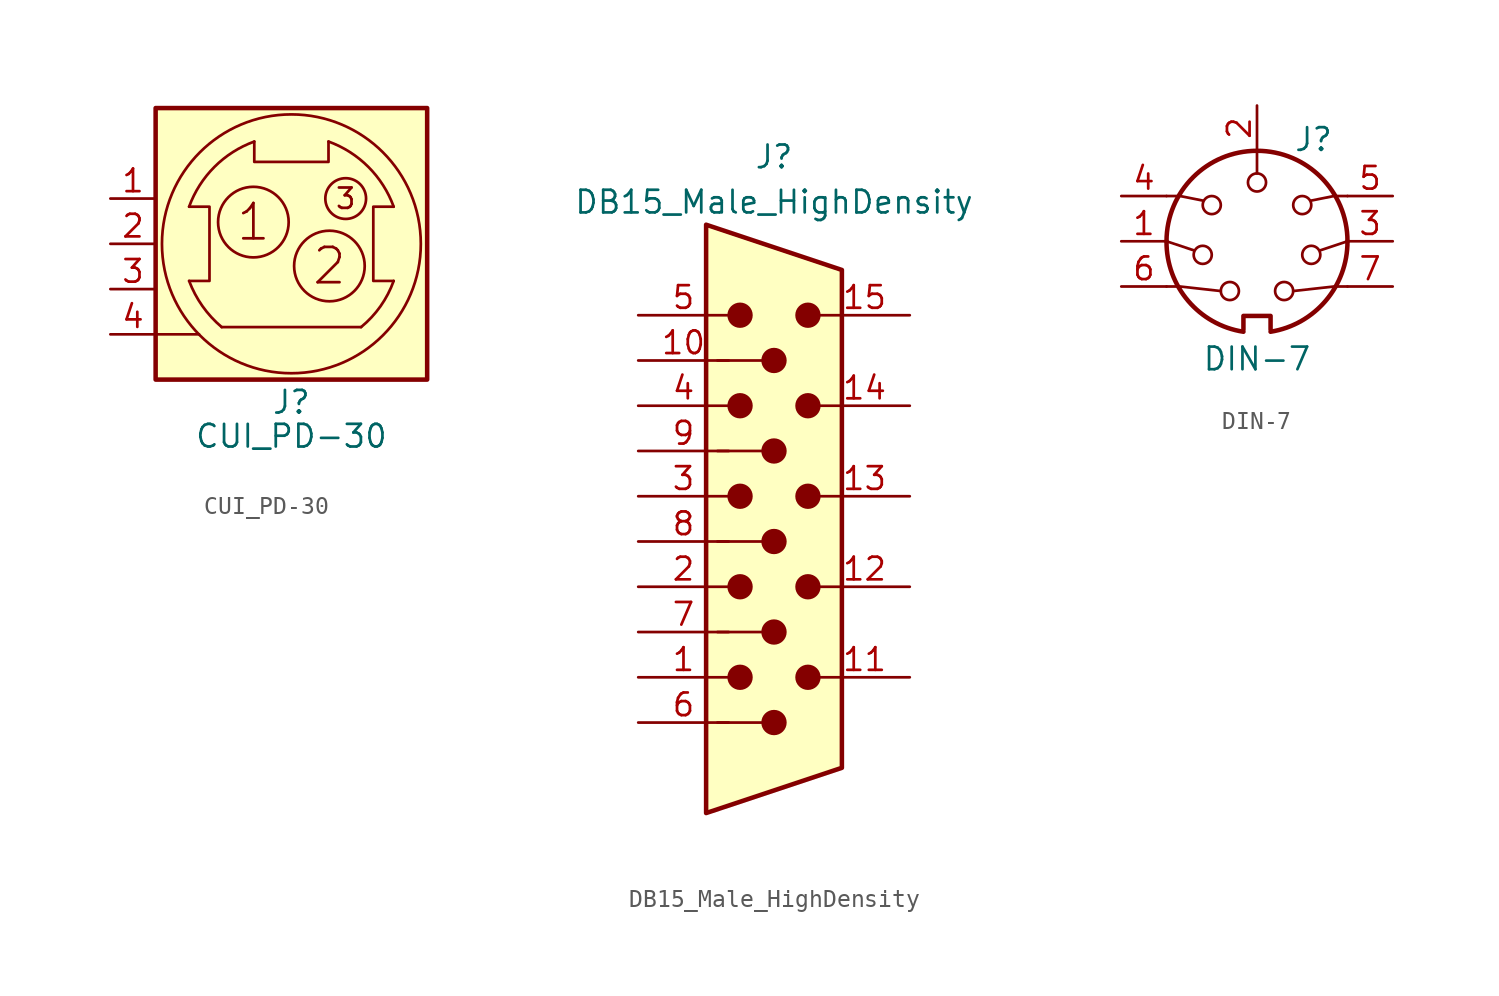
<source format=kicad_sym>
(kicad_symbol_lib
  (version 20201005)
  (generator kicad_symbol_editor)
  (symbol "CUI_PD-30"
    (pin_names
      (offset 1.016) hide)
    (property "Reference" "J"
      (at 0 -8.89 0)
      (effects (font (size 1.27 1.27))))
    (property "Value" "CUI_PD-30"
      (at 0 -10.795 0)
      (effects (font (size 1.27 1.27))))
    (symbol "CUI_PD-30_0_1"
      (arc (start 5.7404 2.0828) (end 2.0828 5.7404) (radius (at 0 0) (length 6.096) (angles 20 70)) (stroke (width 0)) (fill (type none)))
      (arc (start -2.0828 5.7404) (end -5.7404 2.0828) (radius (at 0 0) (length 6.096) (angles 110 160)) (stroke (width 0)) (fill (type none)))
      (arc (start -5.7404 -2.0828) (end -3.9116 -4.6736) (radius (at 0 0) (length 6.096) (angles -160 -130)) (stroke (width 0)) (fill (type none)))
      (arc (start 3.9116 -4.6736) (end 5.7404 -2.0828) (radius (at 0 0) (length 6.096) (angles -50 -20)) (stroke (width 0)) (fill (type none)))
      (circle (center -2.134 1.219) (radius 1.981) (stroke (width 0)) (fill (type none)))
      (circle (center 0 0) (radius 7.264) (stroke (width 0)) (fill (type none)))
      (circle (center 2.134 -1.245) (radius 1.981) (stroke (width 0)) (fill (type none)))
      (circle (center 3.048 2.54) (radius 1.143) (stroke (width 0)) (fill (type none)))
      (text "1" (at -2.134 1.219 0) (effects (font (size 1.981 1.981))))
      (text "2" (at 2.134 -1.245 0) (effects (font (size 1.981 1.981))))
      (text "3" (at 3.048 2.54 0) (effects (font (size 1.143 1.143))))
      (rectangle (start -7.62 -7.62) (end 7.62 7.62) (stroke (width 0.254)) (fill (type background)))
      (polyline (pts (xy -7.62 -5.08) (xy -5.182 -5.08)) (stroke (width 0)) (fill (type none)))
      (polyline (pts (xy -3.912 -4.674) (xy 3.912 -4.674)) (stroke (width 0)) (fill (type none)))
      (polyline (pts (xy -5.74 2.083) (xy -4.597 2.083) (xy -4.597 -2.083) (xy -5.74 -2.083)) (stroke (width 0)) (fill (type none)))
      (polyline (pts (xy 2.083 5.74) (xy 2.083 4.597) (xy -2.083 4.597) (xy -2.083 5.74)) (stroke (width 0)) (fill (type none)))
      (polyline (pts (xy 5.74 -2.083) (xy 4.597 -2.083) (xy 4.597 2.083) (xy 5.74 2.083)) (stroke (width 0)) (fill (type none))))
    (symbol "CUI_PD-30_1_1"
      (pin passive line (at -10.16 2.54 0) (length 2.54) (name "1" (effects (font (size 1.27 1.27)))) (number "1" (effects (font (size 1.27 1.27)))))
      (pin passive line (at -10.16 0 0) (length 2.54) (name "2" (effects (font (size 1.27 1.27)))) (number "2" (effects (font (size 1.27 1.27)))))
      (pin passive line (at -10.16 -2.54 0) (length 2.54) (name "3" (effects (font (size 1.27 1.27)))) (number "3" (effects (font (size 1.27 1.27)))))
      (pin passive line (at -10.16 -5.08 0) (length 2.54) (name "Shield" (effects (font (size 1.27 1.27)))) (number "4" (effects (font (size 1.27 1.27)))))))
  (symbol "DB15_Male_HighDensity"
    (pin_names
      (offset 1.016) hide)
    (property "Reference" "J"
      (at 0 21.59 0)
      (effects (font (size 1.27 1.27))))
    (property "Value" "DB15_Male_HighDensity"
      (at 0 19.05 0)
      (effects (font (size 1.27 1.27))))
    (symbol "DB15_Male_HighDensity_0_1"
      (circle (center -1.905 -7.62) (radius 0.635) (stroke (width 0)) (fill (type outline)))
      (circle (center -1.905 -2.54) (radius 0.635) (stroke (width 0)) (fill (type outline)))
      (circle (center -1.905 2.54) (radius 0.635) (stroke (width 0)) (fill (type outline)))
      (circle (center -1.905 7.62) (radius 0.635) (stroke (width 0)) (fill (type outline)))
      (circle (center -1.905 12.7) (radius 0.635) (stroke (width 0)) (fill (type outline)))
      (circle (center 0 -10.16) (radius 0.635) (stroke (width 0)) (fill (type outline)))
      (circle (center 0 -5.08) (radius 0.635) (stroke (width 0)) (fill (type outline)))
      (circle (center 0 0) (radius 0.635) (stroke (width 0)) (fill (type outline)))
      (circle (center 0 5.08) (radius 0.635) (stroke (width 0)) (fill (type outline)))
      (circle (center 0 10.16) (radius 0.635) (stroke (width 0)) (fill (type outline)))
      (circle (center 1.905 -7.62) (radius 0.635) (stroke (width 0)) (fill (type outline)))
      (circle (center 1.905 -2.54) (radius 0.635) (stroke (width 0)) (fill (type outline)))
      (circle (center 1.905 2.54) (radius 0.635) (stroke (width 0)) (fill (type outline)))
      (circle (center 1.905 7.62) (radius 0.635) (stroke (width 0)) (fill (type outline)))
      (circle (center 1.905 12.7) (radius 0.635) (stroke (width 0)) (fill (type outline)))
      (polyline (pts (xy -3.175 -5.08) (xy -0.635 -5.08)) (stroke (width 0)) (fill (type none)))
      (polyline (pts (xy -0.635 -10.16) (xy -3.175 -10.16)) (stroke (width 0)) (fill (type none)))
      (polyline (pts (xy -0.635 0) (xy -3.175 0)) (stroke (width 0)) (fill (type none)))
      (polyline (pts (xy -0.635 5.08) (xy -3.175 5.08)) (stroke (width 0)) (fill (type none)))
      (polyline (pts (xy -0.635 10.16) (xy -3.175 10.16)) (stroke (width 0)) (fill (type none)))
      (polyline (pts (xy -3.81 17.78) (xy -3.81 -15.24) (xy 3.81 -12.7) (xy 3.81 15.24) (xy -3.81 17.78)) (stroke (width 0.254)) (fill (type background))))
    (symbol "DB15_Male_HighDensity_1_1"
      (pin passive line (at -7.62 -7.62 0) (length 5.08) (name "~" (effects (font (size 1.27 1.27)))) (number "1" (effects (font (size 1.27 1.27)))))
      (pin passive line (at -7.62 10.16 0) (length 5.08) (name "~" (effects (font (size 1.27 1.27)))) (number "10" (effects (font (size 1.27 1.27)))))
      (pin passive line (at 7.62 -7.62 180) (length 5.08) (name "~" (effects (font (size 1.27 1.27)))) (number "11" (effects (font (size 1.27 1.27)))))
      (pin passive line (at 7.62 -2.54 180) (length 5.08) (name "~" (effects (font (size 1.27 1.27)))) (number "12" (effects (font (size 1.27 1.27)))))
      (pin passive line (at 7.62 2.54 180) (length 5.08) (name "~" (effects (font (size 1.27 1.27)))) (number "13" (effects (font (size 1.27 1.27)))))
      (pin passive line (at 7.62 7.62 180) (length 5.08) (name "~" (effects (font (size 1.27 1.27)))) (number "14" (effects (font (size 1.27 1.27)))))
      (pin passive line (at 7.62 12.7 180) (length 5.08) (name "~" (effects (font (size 1.27 1.27)))) (number "15" (effects (font (size 1.27 1.27)))))
      (pin passive line (at -7.62 -2.54 0) (length 5.08) (name "~" (effects (font (size 1.27 1.27)))) (number "2" (effects (font (size 1.27 1.27)))))
      (pin passive line (at -7.62 2.54 0) (length 5.08) (name "~" (effects (font (size 1.27 1.27)))) (number "3" (effects (font (size 1.27 1.27)))))
      (pin passive line (at -7.62 7.62 0) (length 5.08) (name "~" (effects (font (size 1.27 1.27)))) (number "4" (effects (font (size 1.27 1.27)))))
      (pin passive line (at -7.62 12.7 0) (length 5.08) (name "~" (effects (font (size 1.27 1.27)))) (number "5" (effects (font (size 1.27 1.27)))))
      (pin passive line (at -7.62 -10.16 0) (length 5.08) (name "~" (effects (font (size 1.27 1.27)))) (number "6" (effects (font (size 1.27 1.27)))))
      (pin passive line (at -7.62 -5.08 0) (length 5.08) (name "~" (effects (font (size 1.27 1.27)))) (number "7" (effects (font (size 1.27 1.27)))))
      (pin passive line (at -7.62 0 0) (length 5.08) (name "~" (effects (font (size 1.27 1.27)))) (number "8" (effects (font (size 1.27 1.27)))))
      (pin passive line (at -7.62 5.08 0) (length 5.08) (name "~" (effects (font (size 1.27 1.27)))) (number "9" (effects (font (size 1.27 1.27)))))))
  (symbol "DIN-7"
    (pin_names
      (offset 1.016))
    (property "Reference" "J"
      (at 3.175 5.715 0)
      (effects (font (size 1.27 1.27))))
    (property "Value" "DIN-7"
      (at 0 -6.604 0)
      (effects (font (size 1.27 1.27))))
    (symbol "DIN-7_0_1"
      (arc (start 0.762 -5.08) (end 5.08 0) (radius (at -0.0254 -0.0254) (length 5.1054) (angles -81.1 0.3)) (stroke (width 0.254)) (fill (type none)))
      (arc (start 5.08 0) (end -5.08 0) (radius (at 0 0) (length 5.08) (angles 0.1 179.9)) (stroke (width 0.254)) (fill (type none)))
      (arc (start -5.08 0) (end -0.762 -5.08) (radius (at 0.0254 -0.0254) (length 5.1054) (angles 179.7 -98.9)) (stroke (width 0.254)) (fill (type none)))
      (circle (center -3.048 -0.762) (radius 0.508) (stroke (width 0)) (fill (type none)))
      (circle (center -2.54 2.032) (radius 0.508) (stroke (width 0)) (fill (type none)))
      (circle (center -1.524 -2.794) (radius 0.508) (stroke (width 0)) (fill (type none)))
      (circle (center 0 3.302) (radius 0.508) (stroke (width 0)) (fill (type none)))
      (circle (center 1.524 -2.794) (radius 0.508) (stroke (width 0)) (fill (type none)))
      (circle (center 2.54 2.032) (radius 0.508) (stroke (width 0)) (fill (type none)))
      (circle (center 3.048 -0.762) (radius 0.508) (stroke (width 0)) (fill (type none)))
      (polyline (pts (xy -5.08 0) (xy -3.556 -0.508)) (stroke (width 0)) (fill (type none)))
      (polyline (pts (xy 0 5.08) (xy 0 3.81)) (stroke (width 0)) (fill (type none)))
      (polyline (pts (xy 5.08 0) (xy 3.556 -0.508)) (stroke (width 0)) (fill (type none)))
      (polyline (pts (xy -5.08 -2.54) (xy -4.318 -2.54) (xy -2.032 -2.794)) (stroke (width 0)) (fill (type none)))
      (polyline (pts (xy -5.08 2.54) (xy -4.318 2.54) (xy -3.048 2.286)) (stroke (width 0)) (fill (type none)))
      (polyline (pts (xy 5.08 -2.54) (xy 4.318 -2.54) (xy 2.032 -2.794)) (stroke (width 0)) (fill (type none)))
      (polyline (pts (xy 5.08 2.54) (xy 4.318 2.54) (xy 3.048 2.286)) (stroke (width 0)) (fill (type none)))
      (polyline (pts (xy -0.762 -4.953) (xy -0.762 -4.191) (xy 0.762 -4.191) (xy 0.762 -4.953)) (stroke (width 0.254)) (fill (type none))))
    (symbol "DIN-7_1_1"
      (pin passive line (at -7.62 0 0) (length 2.54) (name "~" (effects (font (size 1.27 1.27)))) (number "1" (effects (font (size 1.27 1.27)))))
      (pin passive line (at 0 7.62 270) (length 2.54) (name "~" (effects (font (size 1.27 1.27)))) (number "2" (effects (font (size 1.27 1.27)))))
      (pin passive line (at 7.62 0 180) (length 2.54) (name "~" (effects (font (size 1.27 1.27)))) (number "3" (effects (font (size 1.27 1.27)))))
      (pin passive line (at -7.62 2.54 0) (length 2.54) (name "~" (effects (font (size 1.27 1.27)))) (number "4" (effects (font (size 1.27 1.27)))))
      (pin passive line (at 7.62 2.54 180) (length 2.54) (name "~" (effects (font (size 1.27 1.27)))) (number "5" (effects (font (size 1.27 1.27)))))
      (pin passive line (at -7.62 -2.54 0) (length 2.54) (name "~" (effects (font (size 1.27 1.27)))) (number "6" (effects (font (size 1.27 1.27)))))
      (pin passive line (at 7.62 -2.54 180) (length 2.54) (name "~" (effects (font (size 1.27 1.27)))) (number "7" (effects (font (size 1.27 1.27))))))))
</source>
